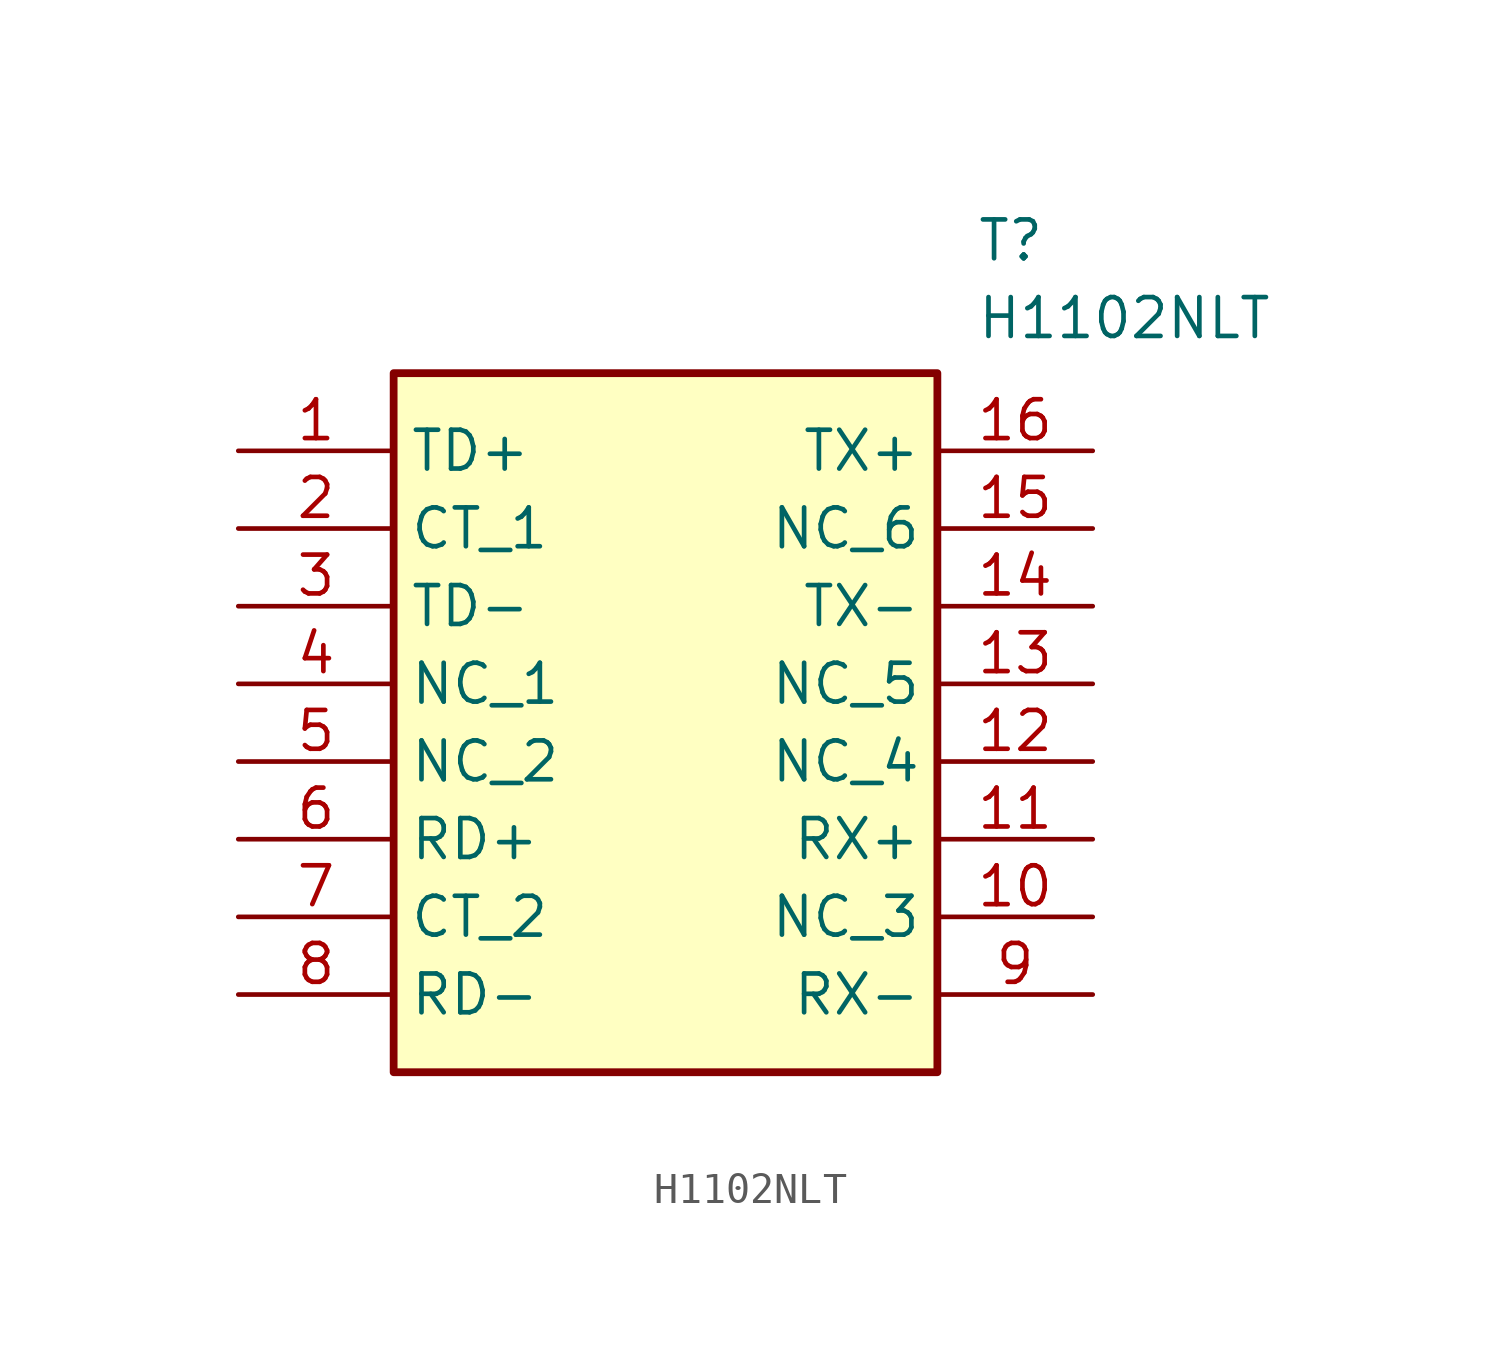
<source format=kicad_sym>
(kicad_symbol_lib
  (version 20211014)
  (generator SamacSys_ECAD_Model)
  (symbol "H1102NLT"
    (property "Reference" "T"
      (at 24.13 7.62 0)
      (effects (font (size 1.27 1.27)) (justify left top)))
    (property "Value" "H1102NLT"
      (at 24.13 5.08 0)
      (effects (font (size 1.27 1.27)) (justify left top)))
    (rectangle
      (start 5.08 2.54)
      (end 22.86 -20.32)
      (stroke (width 0.254) (type default))
      (fill (type background)))
    (pin passive line
      (at 0 0 0)
      (length 5.08)
      (name "TD+" (effects (font (size 1.27 1.27))))
      (number "1" (effects (font (size 1.27 1.27)))))
    (pin passive line
      (at 0 -2.54 0)
      (length 5.08)
      (name "CT_1" (effects (font (size 1.27 1.27))))
      (number "2" (effects (font (size 1.27 1.27)))))
    (pin passive line
      (at 0 -5.08 0)
      (length 5.08)
      (name "TD-" (effects (font (size 1.27 1.27))))
      (number "3" (effects (font (size 1.27 1.27)))))
    (pin passive line
      (at 0 -7.62 0)
      (length 5.08)
      (name "NC_1" (effects (font (size 1.27 1.27))))
      (number "4" (effects (font (size 1.27 1.27)))))
    (pin passive line
      (at 0 -10.16 0)
      (length 5.08)
      (name "NC_2" (effects (font (size 1.27 1.27))))
      (number "5" (effects (font (size 1.27 1.27)))))
    (pin passive line
      (at 0 -12.7 0)
      (length 5.08)
      (name "RD+" (effects (font (size 1.27 1.27))))
      (number "6" (effects (font (size 1.27 1.27)))))
    (pin passive line
      (at 0 -15.24 0)
      (length 5.08)
      (name "CT_2" (effects (font (size 1.27 1.27))))
      (number "7" (effects (font (size 1.27 1.27)))))
    (pin passive line
      (at 0 -17.78 0)
      (length 5.08)
      (name "RD-" (effects (font (size 1.27 1.27))))
      (number "8" (effects (font (size 1.27 1.27)))))
    (pin passive line
      (at 27.94 0 180)
      (length 5.08)
      (name "TX+" (effects (font (size 1.27 1.27))))
      (number "16" (effects (font (size 1.27 1.27)))))
    (pin passive line
      (at 27.94 -2.54 180)
      (length 5.08)
      (name "NC_6" (effects (font (size 1.27 1.27))))
      (number "15" (effects (font (size 1.27 1.27)))))
    (pin passive line
      (at 27.94 -5.08 180)
      (length 5.08)
      (name "TX-" (effects (font (size 1.27 1.27))))
      (number "14" (effects (font (size 1.27 1.27)))))
    (pin passive line
      (at 27.94 -7.62 180)
      (length 5.08)
      (name "NC_5" (effects (font (size 1.27 1.27))))
      (number "13" (effects (font (size 1.27 1.27)))))
    (pin passive line
      (at 27.94 -10.16 180)
      (length 5.08)
      (name "NC_4" (effects (font (size 1.27 1.27))))
      (number "12" (effects (font (size 1.27 1.27)))))
    (pin passive line
      (at 27.94 -12.7 180)
      (length 5.08)
      (name "RX+" (effects (font (size 1.27 1.27))))
      (number "11" (effects (font (size 1.27 1.27)))))
    (pin passive line
      (at 27.94 -15.24 180)
      (length 5.08)
      (name "NC_3" (effects (font (size 1.27 1.27))))
      (number "10" (effects (font (size 1.27 1.27)))))
    (pin passive line
      (at 27.94 -17.78 180)
      (length 5.08)
      (name "RX-" (effects (font (size 1.27 1.27))))
      (number "9" (effects (font (size 1.27 1.27)))))))
</source>
